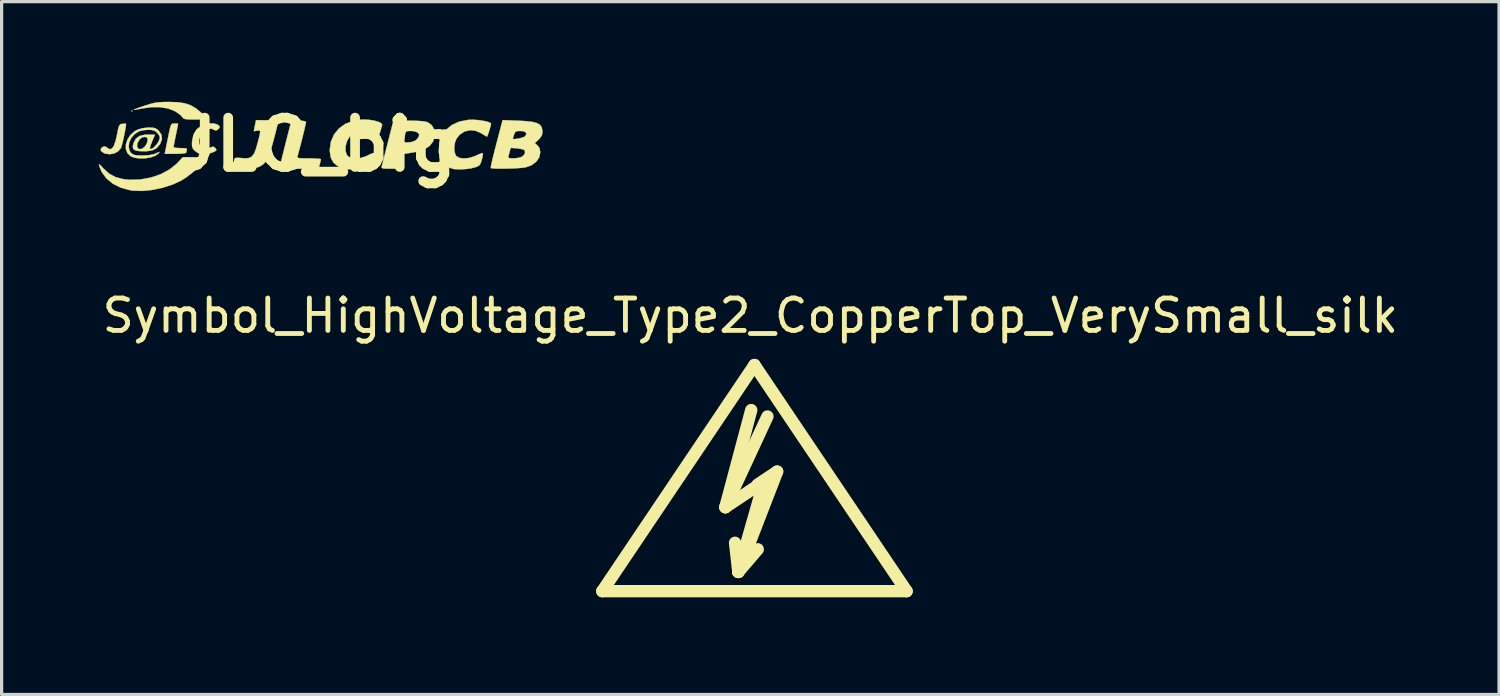
<source format=kicad_pcb>
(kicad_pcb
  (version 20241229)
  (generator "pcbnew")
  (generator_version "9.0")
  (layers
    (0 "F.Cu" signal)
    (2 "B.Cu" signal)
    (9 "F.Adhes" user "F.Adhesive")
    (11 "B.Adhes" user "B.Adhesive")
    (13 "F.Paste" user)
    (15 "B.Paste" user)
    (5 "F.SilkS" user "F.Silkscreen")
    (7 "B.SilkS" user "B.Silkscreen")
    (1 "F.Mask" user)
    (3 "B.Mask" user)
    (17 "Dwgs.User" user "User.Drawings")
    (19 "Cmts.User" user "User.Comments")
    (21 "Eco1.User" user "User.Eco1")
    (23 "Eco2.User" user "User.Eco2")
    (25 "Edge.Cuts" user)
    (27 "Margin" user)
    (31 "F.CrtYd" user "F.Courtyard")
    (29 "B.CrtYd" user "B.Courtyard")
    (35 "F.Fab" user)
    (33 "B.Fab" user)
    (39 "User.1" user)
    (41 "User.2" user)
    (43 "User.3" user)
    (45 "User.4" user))
  (footprint "Symbol_HighVoltage_Type2_CopperTop_VerySmall_silk"
    (layer "F.Cu")
    (at 20.252 12.415)
    (property "Reference" "Symbol_HighVoltage_Type2_CopperTop_VerySmall_silk" (at -0.127 -5.715 0) (layer "F.SilkS") (effects (font (size 1 1) (thickness 0.15))))
    (attr exclude_from_pos_files exclude_from_bom)
    (fp_line (start -4.699 2.794) (end 0 -4.191) (stroke (width 0.381) (type solid)) (layer "F.SilkS"))
    (fp_line (start -0.899 0.201) (end 0.3 -0.599) (stroke (width 0.381) (type solid)) (layer "F.SilkS"))
    (fp_line (start -0.899 0.201) (end 0.401 -2.601) (stroke (width 0.381) (type solid)) (layer "F.SilkS"))
    (fp_line (start -0.498 2.2) (end -0.599 1.3) (stroke (width 0.381) (type solid)) (layer "F.SilkS"))
    (fp_line (start -0.498 2.2) (end 0.102 1.501) (stroke (width 0.381) (type solid)) (layer "F.SilkS"))
    (fp_line (start -0.498 2.2) (end 0.701 -0.899) (stroke (width 0.381) (type solid)) (layer "F.SilkS"))
    (fp_line (start -0.099 -2.799) (end -0.899 0.201) (stroke (width 0.381) (type solid)) (layer "F.SilkS"))
    (fp_line (start 0 -4.191) (end 4.699 2.794) (stroke (width 0.381) (type solid)) (layer "F.SilkS"))
    (fp_line (start 0.3 -0.599) (end -0.498 2.2) (stroke (width 0.381) (type solid)) (layer "F.SilkS"))
    (fp_line (start 0.701 -0.899) (end 0.102 -0.5) (stroke (width 0.381) (type solid)) (layer "F.SilkS"))
    (fp_line (start 4.699 2.794) (end -4.699 2.794) (stroke (width 0.381) (type solid)) (layer "F.SilkS")))
  (footprint "JLC_big"
    (layer "F.Cu")
    (at 6.756 1.418)
    (property "Reference" "JLC_big" (at 0 0 0) (layer "F.SilkS") (effects (font (size 1.524 1.524) (thickness 0.3))))
    (attr through_hole)
    (fp_poly (pts (xy -5.715 -1.041) (xy -5.733 -1.023) (xy -5.75 -1.041) (xy -5.733 -1.058) (xy -5.715 -1.041)) (stroke (width 0.01) (type solid)) (fill yes) (layer "F.SilkS"))
    (fp_poly (pts (xy -5.914 -0.645) (xy -5.914 -0.607) (xy -5.927 -0.517) (xy -5.95 -0.394) (xy -5.978 -0.255) (xy -6.008 -0.118) (xy -6.037 -0.00033) (xy -6.06 0.08) (xy -6.066 0.095) (xy -6.147 0.199) (xy -6.271 0.269) (xy -6.417 0.296) (xy -6.562 0.275) (xy -6.588 0.265) (xy -6.676 0.207) (xy -6.699 0.144) (xy -6.655 0.085) (xy -6.631 0.07) (xy -6.561 0.052) (xy -6.505 0.087) (xy -6.427 0.139) (xy -6.358 0.128) (xy -6.296 0.051) (xy -6.242 -0.092) (xy -6.192 -0.304) (xy -6.192 -0.305) (xy -6.163 -0.456) (xy -6.138 -0.552) (xy -6.113 -0.606) (xy -6.081 -0.631) (xy -6.034 -0.642) (xy -6.029 -0.643) (xy -5.952 -0.65) (xy -5.914 -0.645)) (stroke (width 0.01) (type solid)) (fill yes) (layer "F.SilkS"))
    (fp_poly (pts (xy -4.41 -0.653) (xy -4.336 -0.651) (xy -4.304 -0.648) (xy -4.304 -0.648) (xy -4.311 -0.613) (xy -4.328 -0.525) (xy -4.354 -0.397) (xy -4.374 -0.3) (xy -4.404 -0.151) (xy -4.428 -0.028) (xy -4.442 0.053) (xy -4.445 0.074) (xy -4.413 0.091) (xy -4.329 0.102) (xy -4.23 0.106) (xy -4.111 0.108) (xy -4.049 0.119) (xy -4.031 0.141) (xy -4.036 0.162) (xy -4.055 0.229) (xy -4.057 0.25) (xy -4.09 0.264) (xy -4.177 0.275) (xy -4.305 0.281) (xy -4.387 0.282) (xy -4.718 0.282) (xy -4.634 -0.132) (xy -4.593 -0.332) (xy -4.563 -0.473) (xy -4.539 -0.565) (xy -4.516 -0.619) (xy -4.49 -0.644) (xy -4.457 -0.652) (xy -4.412 -0.653) (xy -4.41 -0.653)) (stroke (width 0.01) (type solid)) (fill yes) (layer "F.SilkS"))
    (fp_poly (pts (xy -4.32 -1.31) (xy -4.104 -1.279) (xy -3.923 -1.22) (xy -3.759 -1.125) (xy -3.594 -0.99) (xy -3.57 -0.968) (xy -3.369 -0.779) (xy -3.747 -0.777) (xy -3.916 -0.778) (xy -4.028 -0.782) (xy -4.098 -0.793) (xy -4.141 -0.813) (xy -4.17 -0.844) (xy -4.18 -0.859) (xy -4.241 -0.922) (xy -4.34 -0.995) (xy -4.419 -1.042) (xy -4.619 -1.118) (xy -4.864 -1.157) (xy -5.135 -1.157) (xy -5.415 -1.118) (xy -5.538 -1.094) (xy -5.63 -1.079) (xy -5.673 -1.077) (xy -5.674 -1.077) (xy -5.648 -1.092) (xy -5.568 -1.123) (xy -5.448 -1.166) (xy -5.339 -1.203) (xy -5.173 -1.255) (xy -5.038 -1.289) (xy -4.907 -1.308) (xy -4.756 -1.317) (xy -4.586 -1.319) (xy -4.32 -1.31)) (stroke (width 0.01) (type solid)) (fill yes) (layer "F.SilkS"))
    (fp_poly (pts (xy -3.517 0.498) (xy -3.603 0.613) (xy -3.734 0.747) (xy -3.891 0.886) (xy -4.058 1.013) (xy -4.207 1.108) (xy -4.48 1.234) (xy -4.787 1.332) (xy -5.107 1.399) (xy -5.42 1.429) (xy -5.705 1.42) (xy -5.784 1.408) (xy -6.074 1.329) (xy -6.322 1.205) (xy -6.522 1.04) (xy -6.668 0.838) (xy -6.74 0.662) (xy -6.751 0.614) (xy -6.74 0.606) (xy -6.698 0.643) (xy -6.619 0.728) (xy -6.614 0.734) (xy -6.436 0.895) (xy -6.233 1.004) (xy -5.991 1.066) (xy -5.803 1.085) (xy -5.474 1.076) (xy -5.15 1.017) (xy -4.845 0.914) (xy -4.575 0.77) (xy -4.352 0.593) (xy -4.326 0.565) (xy -4.16 0.388) (xy -3.453 0.388) (xy -3.517 0.498)) (stroke (width 0.01) (type solid)) (fill yes) (layer "F.SilkS"))
    (fp_poly (pts (xy -0.577 -0.747) (xy -0.462 -0.736) (xy -0.381 -0.719) (xy -0.353 -0.701) (xy -0.361 -0.655) (xy -0.384 -0.556) (xy -0.416 -0.419) (xy -0.456 -0.258) (xy -0.498 -0.089) (xy -0.54 0.073) (xy -0.577 0.213) (xy -0.605 0.316) (xy -0.62 0.365) (xy -0.623 0.391) (xy -0.601 0.408) (xy -0.541 0.418) (xy -0.434 0.422) (xy -0.268 0.423) (xy -0.115 0.426) (xy 0.007 0.432) (xy 0.085 0.441) (xy 0.106 0.45) (xy 0.097 0.498) (xy 0.075 0.585) (xy 0.069 0.609) (xy 0.032 0.741) (xy -0.566 0.741) (xy -0.809 0.739) (xy -0.986 0.734) (xy -1.101 0.724) (xy -1.157 0.71) (xy -1.164 0.701) (xy -1.156 0.656) (xy -1.132 0.554) (xy -1.096 0.405) (xy -1.051 0.22) (xy -0.998 0.01) (xy -0.983 -0.048) (xy -0.802 -0.758) (xy -0.577 -0.747)) (stroke (width 0.01) (type solid)) (fill yes) (layer "F.SilkS"))
    (fp_poly (pts (xy -3.09 -0.622) (xy -3.044 -0.59) (xy -3.018 -0.547) (xy -3.043 -0.501) (xy -3.069 -0.476) (xy -3.132 -0.434) (xy -3.177 -0.447) (xy -3.183 -0.452) (xy -3.269 -0.493) (xy -3.378 -0.483) (xy -3.489 -0.427) (xy -3.529 -0.393) (xy -3.618 -0.272) (xy -3.658 -0.149) (xy -3.655 -0.035) (xy -3.613 0.058) (xy -3.537 0.117) (xy -3.433 0.131) (xy -3.323 0.097) (xy -3.246 0.064) (xy -3.199 0.068) (xy -3.156 0.107) (xy -3.122 0.154) (xy -3.135 0.186) (xy -3.198 0.223) (xy -3.381 0.285) (xy -3.569 0.297) (xy -3.604 0.293) (xy -3.693 0.258) (xy -3.784 0.192) (xy -3.793 0.184) (xy -3.848 0.121) (xy -3.873 0.057) (xy -3.878 -0.034) (xy -3.873 -0.111) (xy -3.83 -0.315) (xy -3.732 -0.474) (xy -3.58 -0.588) (xy -3.511 -0.619) (xy -3.359 -0.656) (xy -3.211 -0.657) (xy -3.09 -0.622)) (stroke (width 0.01) (type solid)) (fill yes) (layer "F.SilkS"))
    (fp_poly (pts (xy -1.564 -0.752) (xy -1.418 -0.748) (xy -1.301 -0.743) (xy -1.229 -0.736) (xy -1.215 -0.733) (xy -1.219 -0.696) (xy -1.239 -0.602) (xy -1.272 -0.464) (xy -1.316 -0.291) (xy -1.354 -0.146) (xy -1.423 0.103) (xy -1.485 0.293) (xy -1.544 0.434) (xy -1.608 0.537) (xy -1.68 0.611) (xy -1.767 0.666) (xy -1.821 0.691) (xy -1.932 0.722) (xy -2.085 0.745) (xy -2.256 0.759) (xy -2.416 0.759) (xy -2.5 0.752) (xy -2.575 0.738) (xy -2.605 0.709) (xy -2.604 0.643) (xy -2.596 0.592) (xy -2.577 0.495) (xy -2.56 0.429) (xy -2.555 0.42) (xy -2.513 0.407) (xy -2.425 0.407) (xy -2.366 0.412) (xy -2.218 0.423) (xy -2.108 0.41) (xy -2.024 0.363) (xy -1.959 0.275) (xy -1.903 0.136) (xy -1.846 -0.062) (xy -1.837 -0.097) (xy -1.797 -0.255) (xy -1.775 -0.356) (xy -1.772 -0.412) (xy -1.789 -0.435) (xy -1.827 -0.437) (xy -1.865 -0.432) (xy -1.967 -0.417) (xy -1.933 -0.588) (xy -1.899 -0.758) (xy -1.564 -0.752)) (stroke (width 0.01) (type solid)) (fill yes) (layer "F.SilkS"))
    (fp_poly (pts (xy 3.058 -0.737) (xy 3.237 -0.725) (xy 3.36 -0.705) (xy 3.403 -0.691) (xy 3.528 -0.603) (xy 3.604 -0.472) (xy 3.626 -0.311) (xy 3.622 -0.271) (xy 3.571 -0.099) (xy 3.466 0.038) (xy 3.303 0.142) (xy 3.081 0.217) (xy 2.858 0.256) (xy 2.719 0.277) (xy 2.61 0.299) (xy 2.548 0.32) (xy 2.54 0.328) (xy 2.531 0.377) (xy 2.507 0.47) (xy 2.485 0.55) (xy 2.429 0.741) (xy 2.198 0.741) (xy 2.074 0.739) (xy 2.006 0.729) (xy 1.981 0.709) (xy 1.983 0.679) (xy 1.996 0.627) (xy 2.024 0.518) (xy 2.063 0.364) (xy 2.111 0.176) (xy 2.165 -0.034) (xy 2.172 -0.062) (xy 2.187 -0.121) (xy 2.658 -0.121) (xy 2.671 -0.085) (xy 2.732 -0.068) (xy 2.822 -0.069) (xy 2.922 -0.087) (xy 3.011 -0.121) (xy 3.047 -0.144) (xy 3.127 -0.232) (xy 3.141 -0.312) (xy 3.093 -0.376) (xy 2.989 -0.415) (xy 2.89 -0.423) (xy 2.789 -0.42) (xy 2.737 -0.402) (xy 2.712 -0.353) (xy 2.701 -0.297) (xy 2.679 -0.199) (xy 2.659 -0.126) (xy 2.658 -0.121) (xy 2.187 -0.121) (xy 2.346 -0.741) (xy 2.815 -0.741) (xy 3.058 -0.737)) (stroke (width 0.01) (type solid)) (fill yes) (layer "F.SilkS"))
    (fp_poly (pts (xy 4.98 -0.757) (xy 5.124 -0.736) (xy 5.247 -0.709) (xy 5.332 -0.678) (xy 5.362 -0.648) (xy 5.353 -0.598) (xy 5.329 -0.511) (xy 5.298 -0.41) (xy 5.267 -0.318) (xy 5.243 -0.258) (xy 5.235 -0.247) (xy 5.199 -0.265) (xy 5.125 -0.31) (xy 5.073 -0.344) (xy 4.893 -0.427) (xy 4.71 -0.447) (xy 4.538 -0.405) (xy 4.388 -0.305) (xy 4.293 -0.184) (xy 4.246 -0.061) (xy 4.226 0.083) (xy 4.233 0.221) (xy 4.269 0.329) (xy 4.286 0.352) (xy 4.379 0.407) (xy 4.514 0.427) (xy 4.675 0.412) (xy 4.841 0.363) (xy 4.908 0.333) (xy 5.008 0.287) (xy 5.081 0.262) (xy 5.106 0.262) (xy 5.109 0.304) (xy 5.094 0.391) (xy 5.076 0.463) (xy 5.042 0.573) (xy 5.001 0.637) (xy 4.936 0.676) (xy 4.886 0.695) (xy 4.749 0.73) (xy 4.58 0.753) (xy 4.405 0.763) (xy 4.253 0.758) (xy 4.18 0.746) (xy 3.99 0.673) (xy 3.859 0.568) (xy 3.779 0.42) (xy 3.746 0.227) (xy 3.76 -0.034) (xy 3.835 -0.263) (xy 3.966 -0.455) (xy 4.148 -0.606) (xy 4.378 -0.711) (xy 4.649 -0.765) (xy 4.695 -0.768) (xy 4.831 -0.769) (xy 4.98 -0.757)) (stroke (width 0.01) (type solid)) (fill yes) (layer "F.SilkS"))
    (fp_poly (pts (xy 1.594 -0.767) (xy 1.749 -0.743) (xy 1.877 -0.707) (xy 1.964 -0.664) (xy 1.998 -0.617) (xy 1.997 -0.607) (xy 1.977 -0.536) (xy 1.947 -0.433) (xy 1.937 -0.397) (xy 1.907 -0.306) (xy 1.882 -0.253) (xy 1.875 -0.247) (xy 1.837 -0.265) (xy 1.763 -0.312) (xy 1.716 -0.344) (xy 1.56 -0.418) (xy 1.389 -0.445) (xy 1.225 -0.425) (xy 1.105 -0.367) (xy 0.992 -0.251) (xy 0.911 -0.106) (xy 0.868 0.05) (xy 0.866 0.198) (xy 0.91 0.321) (xy 0.932 0.349) (xy 1.027 0.407) (xy 1.164 0.428) (xy 1.325 0.413) (xy 1.489 0.362) (xy 1.556 0.329) (xy 1.655 0.282) (xy 1.727 0.257) (xy 1.751 0.258) (xy 1.755 0.301) (xy 1.741 0.39) (xy 1.722 0.464) (xy 1.687 0.574) (xy 1.646 0.638) (xy 1.581 0.678) (xy 1.532 0.696) (xy 1.396 0.73) (xy 1.226 0.753) (xy 1.05 0.763) (xy 0.898 0.757) (xy 0.827 0.745) (xy 0.63 0.668) (xy 0.491 0.553) (xy 0.409 0.397) (xy 0.379 0.194) (xy 0.379 0.157) (xy 0.415 -0.094) (xy 0.511 -0.314) (xy 0.66 -0.498) (xy 0.856 -0.64) (xy 1.093 -0.734) (xy 1.365 -0.775) (xy 1.426 -0.776) (xy 1.594 -0.767)) (stroke (width 0.01) (type solid)) (fill yes) (layer "F.SilkS"))
    (fp_poly (pts (xy 6.202 -0.74) (xy 6.455 -0.726) (xy 6.646 -0.702) (xy 6.783 -0.665) (xy 6.874 -0.61) (xy 6.925 -0.535) (xy 6.947 -0.435) (xy 6.949 -0.392) (xy 6.932 -0.293) (xy 6.872 -0.203) (xy 6.831 -0.161) (xy 6.712 -0.049) (xy 6.795 0.026) (xy 6.856 0.105) (xy 6.878 0.213) (xy 6.879 0.248) (xy 6.846 0.399) (xy 6.753 0.531) (xy 6.61 0.635) (xy 6.428 0.701) (xy 6.428 0.701) (xy 6.334 0.714) (xy 6.198 0.725) (xy 6.036 0.734) (xy 5.862 0.739) (xy 5.693 0.741) (xy 5.543 0.74) (xy 5.428 0.735) (xy 5.362 0.725) (xy 5.355 0.722) (xy 5.353 0.698) (xy 5.362 0.639) (xy 5.384 0.539) (xy 5.418 0.397) (xy 5.892 0.397) (xy 5.922 0.415) (xy 6 0.423) (xy 6.102 0.42) (xy 6.205 0.407) (xy 6.287 0.386) (xy 6.295 0.383) (xy 6.373 0.324) (xy 6.411 0.248) (xy 6.399 0.178) (xy 6.39 0.167) (xy 6.336 0.143) (xy 6.237 0.123) (xy 6.16 0.114) (xy 5.968 0.098) (xy 5.93 0.234) (xy 5.906 0.327) (xy 5.892 0.389) (xy 5.892 0.397) (xy 5.418 0.397) (xy 5.419 0.393) (xy 5.468 0.196) (xy 5.533 -0.056) (xy 5.567 -0.184) (xy 6.032 -0.184) (xy 6.062 -0.172) (xy 6.136 -0.177) (xy 6.232 -0.194) (xy 6.326 -0.218) (xy 6.395 -0.246) (xy 6.411 -0.258) (xy 6.453 -0.328) (xy 6.431 -0.383) (xy 6.35 -0.417) (xy 6.266 -0.423) (xy 6.167 -0.419) (xy 6.113 -0.395) (xy 6.081 -0.338) (xy 6.071 -0.312) (xy 6.045 -0.232) (xy 6.033 -0.186) (xy 6.032 -0.184) (xy 5.567 -0.184) (xy 5.615 -0.369) (xy 5.662 -0.547) (xy 5.718 -0.758) (xy 6.202 -0.74)) (stroke (width 0.01) (type solid)) (fill yes) (layer "F.SilkS"))
    (fp_poly (pts (xy -5.085 -0.524) (xy -5.003 -0.505) (xy -4.937 -0.46) (xy -4.901 -0.426) (xy -4.818 -0.305) (xy -4.803 -0.174) (xy -4.856 -0.028) (xy -4.867 -0.011) (xy -4.967 0.106) (xy -5.102 0.176) (xy -5.283 0.204) (xy -5.347 0.205) (xy -5.521 0.198) (xy -5.634 0.175) (xy -5.692 0.13) (xy -5.705 0.056) (xy -5.703 0.047) (xy -5.574 0.047) (xy -5.546 0.113) (xy -5.488 0.141) (xy -5.407 0.119) (xy -5.332 0.058) (xy -5.273 -0.034) (xy -5.246 -0.127) (xy -5.251 -0.202) (xy -5.294 -0.234) (xy -5.332 -0.24) (xy -5.422 -0.225) (xy -5.499 -0.156) (xy -5.561 -0.047) (xy -5.574 0.047) (xy -5.703 0.047) (xy -5.68 -0.052) (xy -5.678 -0.058) (xy -5.607 -0.188) (xy -5.493 -0.27) (xy -5.33 -0.307) (xy -5.232 -0.311) (xy -5.019 -0.308) (xy -5.108 -0.101) (xy -5.151 0.009) (xy -5.176 0.091) (xy -5.177 0.126) (xy -5.128 0.132) (xy -5.061 0.091) (xy -4.988 0.017) (xy -4.922 -0.073) (xy -4.879 -0.165) (xy -4.868 -0.222) (xy -4.892 -0.289) (xy -4.95 -0.366) (xy -4.955 -0.372) (xy -5.028 -0.428) (xy -5.118 -0.454) (xy -5.221 -0.459) (xy -5.353 -0.449) (xy -5.478 -0.423) (xy -5.517 -0.409) (xy -5.65 -0.326) (xy -5.751 -0.208) (xy -5.814 -0.072) (xy -5.833 0.067) (xy -5.803 0.192) (xy -5.758 0.255) (xy -5.707 0.297) (xy -5.644 0.321) (xy -5.551 0.332) (xy -5.407 0.335) (xy -5.405 0.335) (xy -5.203 0.325) (xy -5.051 0.293) (xy -4.993 0.27) (xy -4.91 0.232) (xy -4.879 0.225) (xy -4.891 0.248) (xy -4.905 0.267) (xy -5.006 0.342) (xy -5.154 0.394) (xy -5.328 0.423) (xy -5.506 0.425) (xy -5.669 0.399) (xy -5.775 0.354) (xy -5.873 0.258) (xy -5.919 0.132) (xy -5.917 -0.011) (xy -5.869 -0.158) (xy -5.78 -0.295) (xy -5.652 -0.41) (xy -5.56 -0.462) (xy -5.41 -0.508) (xy -5.233 -0.528) (xy -5.21 -0.528) (xy -5.085 -0.524)) (stroke (width 0.01) (type solid)) (fill yes) (layer "F.SilkS")))
  (gr_rect
    (start -3 -3)
    (end 43.25 18.4)
    (stroke (width 0.1) (type default))
    (fill no)
    (layer "Edge.Cuts")))
</source>
